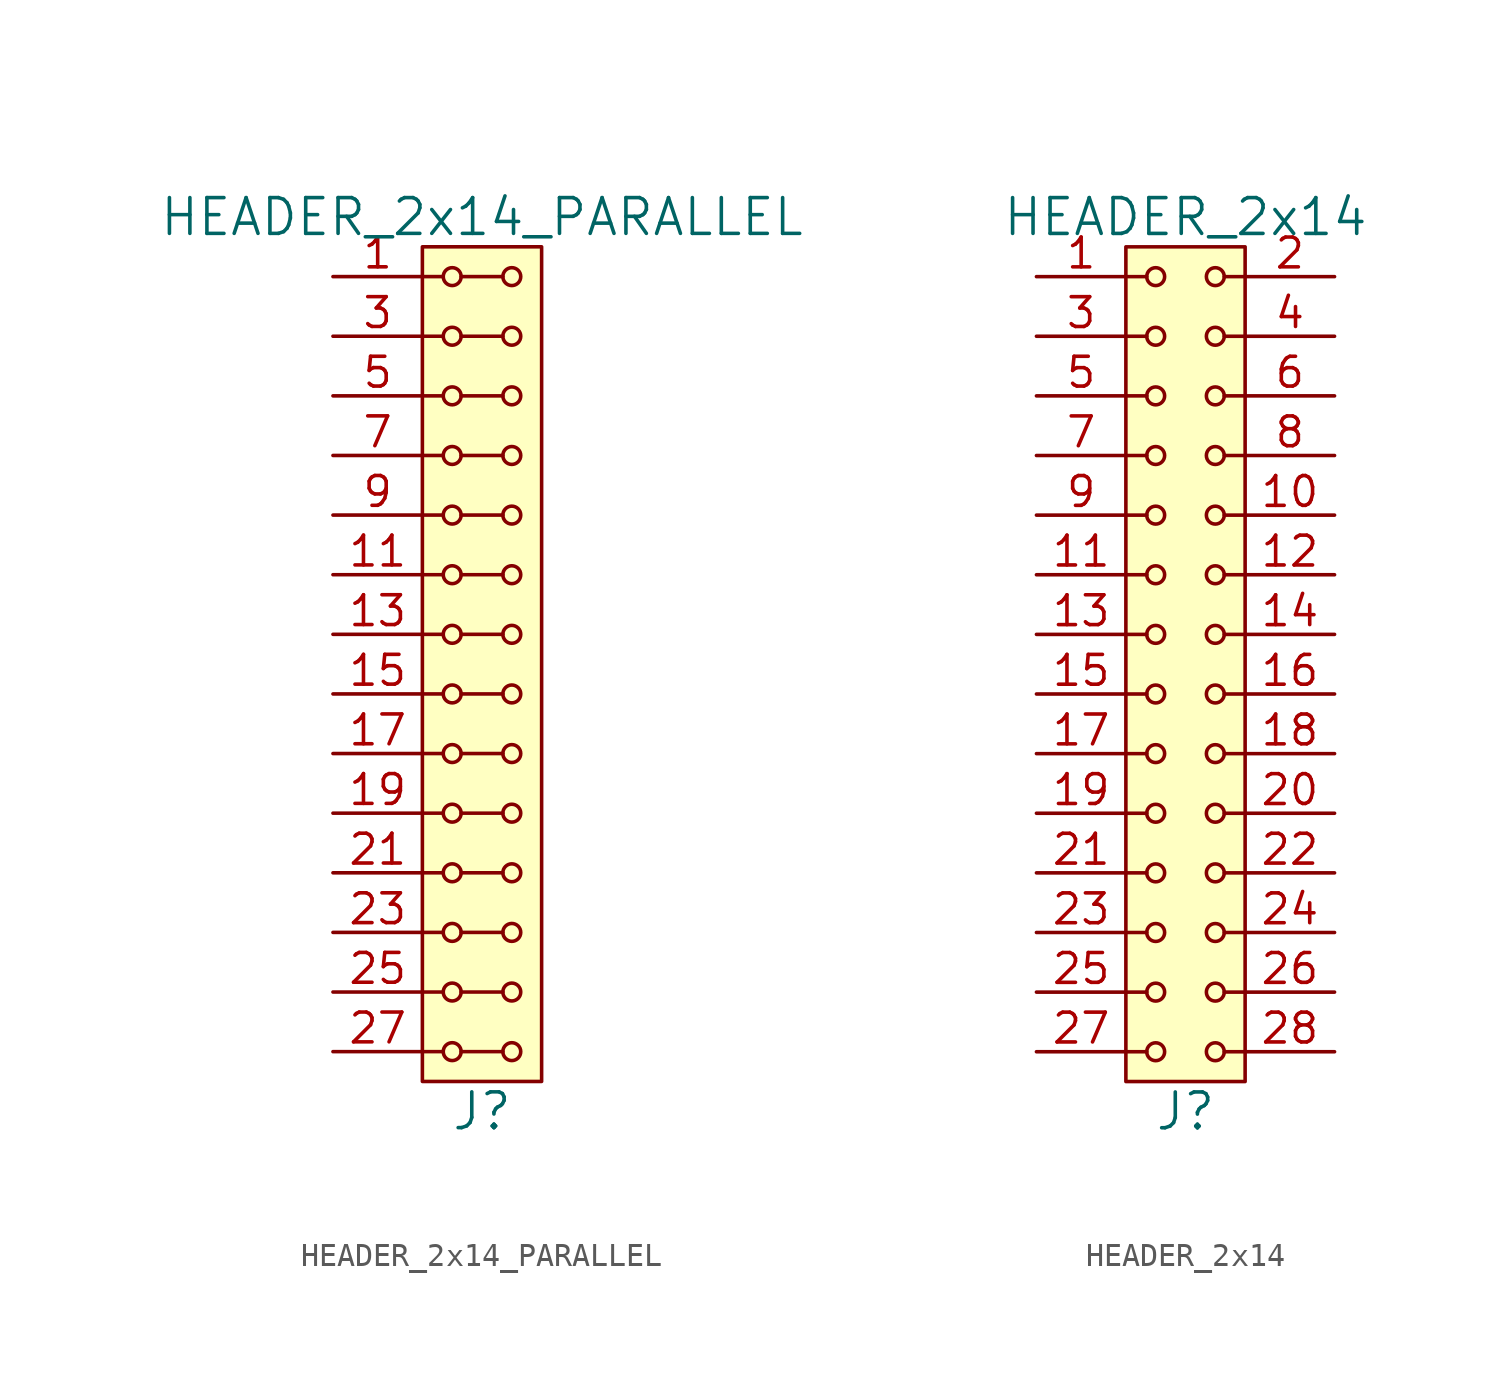
<source format=kicad_sym>
(kicad_symbol_lib
  (version 20211014)
  (generator kicad_symbol_editor)
  (symbol "HEADER_2x14_PARALLEL"
    (pin_names
      (offset 1.016))
    (property "Reference" "J"
      (at 0 -19.05 0)
      (effects (font (size 1.524 1.524))))
    (property "Value" "HEADER_2x14_PARALLEL"
      (at 0 19.05 0)
      (effects (font (size 1.524 1.524))))
    (property "Footprint" ""
      (at 0 16.51 0)
      (effects (font (size 1.524 1.524))))
    (property "Datasheet" ""
      (at 0 16.51 0)
      (effects (font (size 1.524 1.524))))
    (symbol "HEADER_2x14_PARALLEL_0_1"
      (rectangle (start -2.54 17.78) (end 2.54 -17.78) (stroke (width 0) (type default) (color 0 0 0 0)) (fill (type background)))
      (circle (center -1.27 -16.51) (radius 0.381) (stroke (width 0) (type default) (color 0 0 0 0)) (fill (type none)))
      (circle (center -1.27 -13.97) (radius 0.381) (stroke (width 0) (type default) (color 0 0 0 0)) (fill (type none)))
      (circle (center -1.27 -11.43) (radius 0.381) (stroke (width 0) (type default) (color 0 0 0 0)) (fill (type none)))
      (circle (center -1.27 -8.89) (radius 0.381) (stroke (width 0) (type default) (color 0 0 0 0)) (fill (type none)))
      (circle (center -1.27 -6.35) (radius 0.381) (stroke (width 0) (type default) (color 0 0 0 0)) (fill (type none)))
      (circle (center -1.27 -3.81) (radius 0.381) (stroke (width 0) (type default) (color 0 0 0 0)) (fill (type none)))
      (circle (center -1.27 -1.27) (radius 0.381) (stroke (width 0) (type default) (color 0 0 0 0)) (fill (type none)))
      (circle (center -1.27 1.27) (radius 0.381) (stroke (width 0) (type default) (color 0 0 0 0)) (fill (type none)))
      (circle (center -1.27 3.81) (radius 0.381) (stroke (width 0) (type default) (color 0 0 0 0)) (fill (type none)))
      (circle (center -1.27 6.35) (radius 0.381) (stroke (width 0) (type default) (color 0 0 0 0)) (fill (type none)))
      (circle (center -1.27 8.89) (radius 0.381) (stroke (width 0) (type default) (color 0 0 0 0)) (fill (type none)))
      (circle (center -1.27 11.43) (radius 0.381) (stroke (width 0) (type default) (color 0 0 0 0)) (fill (type none)))
      (circle (center -1.27 13.97) (radius 0.381) (stroke (width 0) (type default) (color 0 0 0 0)) (fill (type none)))
      (circle (center -1.27 16.51) (radius 0.381) (stroke (width 0) (type default) (color 0 0 0 0)) (fill (type none)))
      (polyline (pts (xy -1.651 -16.51) (xy -2.54 -16.51)) (stroke (width 0) (type default) (color 0 0 0 0)) (fill (type none)))
      (polyline (pts (xy -1.651 -13.97) (xy -2.54 -13.97)) (stroke (width 0) (type default) (color 0 0 0 0)) (fill (type none)))
      (polyline (pts (xy -1.651 -11.43) (xy -2.54 -11.43)) (stroke (width 0) (type default) (color 0 0 0 0)) (fill (type none)))
      (polyline (pts (xy -1.651 -8.89) (xy -2.54 -8.89)) (stroke (width 0) (type default) (color 0 0 0 0)) (fill (type none)))
      (polyline (pts (xy -1.651 -6.35) (xy -2.54 -6.35)) (stroke (width 0) (type default) (color 0 0 0 0)) (fill (type none)))
      (polyline (pts (xy -1.651 -3.81) (xy -2.54 -3.81)) (stroke (width 0) (type default) (color 0 0 0 0)) (fill (type none)))
      (polyline (pts (xy -1.651 -1.27) (xy -2.54 -1.27)) (stroke (width 0) (type default) (color 0 0 0 0)) (fill (type none)))
      (polyline (pts (xy -1.651 1.27) (xy -2.54 1.27)) (stroke (width 0) (type default) (color 0 0 0 0)) (fill (type none)))
      (polyline (pts (xy -1.651 3.81) (xy -2.54 3.81)) (stroke (width 0) (type default) (color 0 0 0 0)) (fill (type none)))
      (polyline (pts (xy -1.651 6.35) (xy -2.54 6.35)) (stroke (width 0) (type default) (color 0 0 0 0)) (fill (type none)))
      (polyline (pts (xy -1.651 8.89) (xy -2.54 8.89)) (stroke (width 0) (type default) (color 0 0 0 0)) (fill (type none)))
      (polyline (pts (xy -1.651 11.43) (xy -2.54 11.43)) (stroke (width 0) (type default) (color 0 0 0 0)) (fill (type none)))
      (polyline (pts (xy -1.651 13.97) (xy -2.54 13.97)) (stroke (width 0) (type default) (color 0 0 0 0)) (fill (type none)))
      (polyline (pts (xy -1.651 16.51) (xy -2.54 16.51)) (stroke (width 0) (type default) (color 0 0 0 0)) (fill (type none)))
      (polyline (pts (xy -0.889 -16.51) (xy 0.889 -16.51)) (stroke (width 0) (type default) (color 0 0 0 0)) (fill (type none)))
      (polyline (pts (xy -0.889 -13.97) (xy 0.889 -13.97)) (stroke (width 0) (type default) (color 0 0 0 0)) (fill (type none)))
      (polyline (pts (xy -0.889 -11.43) (xy 0.889 -11.43)) (stroke (width 0) (type default) (color 0 0 0 0)) (fill (type none)))
      (polyline (pts (xy -0.889 -8.89) (xy 0.889 -8.89)) (stroke (width 0) (type default) (color 0 0 0 0)) (fill (type none)))
      (polyline (pts (xy -0.889 -6.35) (xy 0.889 -6.35)) (stroke (width 0) (type default) (color 0 0 0 0)) (fill (type none)))
      (polyline (pts (xy -0.889 -3.81) (xy 0.889 -3.81)) (stroke (width 0) (type default) (color 0 0 0 0)) (fill (type none)))
      (polyline (pts (xy -0.889 -1.27) (xy 0.889 -1.27)) (stroke (width 0) (type default) (color 0 0 0 0)) (fill (type none)))
      (polyline (pts (xy -0.889 1.27) (xy 0.889 1.27)) (stroke (width 0) (type default) (color 0 0 0 0)) (fill (type none)))
      (polyline (pts (xy -0.889 3.81) (xy 0.889 3.81)) (stroke (width 0) (type default) (color 0 0 0 0)) (fill (type none)))
      (polyline (pts (xy -0.889 6.35) (xy 0.889 6.35)) (stroke (width 0) (type default) (color 0 0 0 0)) (fill (type none)))
      (polyline (pts (xy -0.889 8.89) (xy 0.889 8.89)) (stroke (width 0) (type default) (color 0 0 0 0)) (fill (type none)))
      (polyline (pts (xy -0.889 11.43) (xy 0.889 11.43)) (stroke (width 0) (type default) (color 0 0 0 0)) (fill (type none)))
      (polyline (pts (xy -0.889 13.97) (xy 0.889 13.97)) (stroke (width 0) (type default) (color 0 0 0 0)) (fill (type none)))
      (polyline (pts (xy -0.889 16.51) (xy 0.889 16.51)) (stroke (width 0) (type default) (color 0 0 0 0)) (fill (type none)))
      (circle (center 1.27 -16.51) (radius 0.381) (stroke (width 0) (type default) (color 0 0 0 0)) (fill (type none)))
      (circle (center 1.27 -13.97) (radius 0.381) (stroke (width 0) (type default) (color 0 0 0 0)) (fill (type none)))
      (circle (center 1.27 -11.43) (radius 0.381) (stroke (width 0) (type default) (color 0 0 0 0)) (fill (type none)))
      (circle (center 1.27 -8.89) (radius 0.381) (stroke (width 0) (type default) (color 0 0 0 0)) (fill (type none)))
      (circle (center 1.27 -6.35) (radius 0.381) (stroke (width 0) (type default) (color 0 0 0 0)) (fill (type none)))
      (circle (center 1.27 -3.81) (radius 0.381) (stroke (width 0) (type default) (color 0 0 0 0)) (fill (type none)))
      (circle (center 1.27 -1.27) (radius 0.381) (stroke (width 0) (type default) (color 0 0 0 0)) (fill (type none)))
      (circle (center 1.27 1.27) (radius 0.381) (stroke (width 0) (type default) (color 0 0 0 0)) (fill (type none)))
      (circle (center 1.27 3.81) (radius 0.381) (stroke (width 0) (type default) (color 0 0 0 0)) (fill (type none)))
      (circle (center 1.27 6.35) (radius 0.381) (stroke (width 0) (type default) (color 0 0 0 0)) (fill (type none)))
      (circle (center 1.27 8.89) (radius 0.381) (stroke (width 0) (type default) (color 0 0 0 0)) (fill (type none)))
      (circle (center 1.27 11.43) (radius 0.381) (stroke (width 0) (type default) (color 0 0 0 0)) (fill (type none)))
      (circle (center 1.27 13.97) (radius 0.381) (stroke (width 0) (type default) (color 0 0 0 0)) (fill (type none)))
      (circle (center 1.27 16.51) (radius 0.381) (stroke (width 0) (type default) (color 0 0 0 0)) (fill (type none))))
    (symbol "HEADER_2x14_PARALLEL_1_1"
      (pin input line (at -6.35 16.51 0) (length 3.81) (name "~" (effects (font (size 1.27 1.27)))) (number "1" (effects (font (size 1.27 1.27)))))
      (pin input line (at -6.35 6.35 0) (length 3.81) hide (name "~" (effects (font (size 1.27 1.27)))) (number "10" (effects (font (size 1.27 1.27)))))
      (pin input line (at -6.35 3.81 0) (length 3.81) (name "~" (effects (font (size 1.27 1.27)))) (number "11" (effects (font (size 1.27 1.27)))))
      (pin input line (at -6.35 3.81 0) (length 3.81) hide (name "~" (effects (font (size 1.27 1.27)))) (number "12" (effects (font (size 1.27 1.27)))))
      (pin input line (at -6.35 1.27 0) (length 3.81) (name "~" (effects (font (size 1.27 1.27)))) (number "13" (effects (font (size 1.27 1.27)))))
      (pin input line (at -6.35 1.27 0) (length 3.81) hide (name "~" (effects (font (size 1.27 1.27)))) (number "14" (effects (font (size 1.27 1.27)))))
      (pin input line (at -6.35 -1.27 0) (length 3.81) (name "~" (effects (font (size 1.27 1.27)))) (number "15" (effects (font (size 1.27 1.27)))))
      (pin input line (at -6.35 -1.27 0) (length 3.81) hide (name "~" (effects (font (size 1.27 1.27)))) (number "16" (effects (font (size 1.27 1.27)))))
      (pin input line (at -6.35 -3.81 0) (length 3.81) (name "~" (effects (font (size 1.27 1.27)))) (number "17" (effects (font (size 1.27 1.27)))))
      (pin input line (at -6.35 -3.81 0) (length 3.81) hide (name "~" (effects (font (size 1.27 1.27)))) (number "18" (effects (font (size 1.27 1.27)))))
      (pin input line (at -6.35 -6.35 0) (length 3.81) (name "~" (effects (font (size 1.27 1.27)))) (number "19" (effects (font (size 1.27 1.27)))))
      (pin input line (at -6.35 16.51 0) (length 3.81) hide (name "~" (effects (font (size 1.27 1.27)))) (number "2" (effects (font (size 1.27 1.27)))))
      (pin input line (at -6.35 -6.35 0) (length 3.81) hide (name "~" (effects (font (size 1.27 1.27)))) (number "20" (effects (font (size 1.27 1.27)))))
      (pin input line (at -6.35 -8.89 0) (length 3.81) (name "~" (effects (font (size 1.27 1.27)))) (number "21" (effects (font (size 1.27 1.27)))))
      (pin input line (at -6.35 -8.89 0) (length 3.81) hide (name "~" (effects (font (size 1.27 1.27)))) (number "22" (effects (font (size 1.27 1.27)))))
      (pin input line (at -6.35 -11.43 0) (length 3.81) (name "~" (effects (font (size 1.27 1.27)))) (number "23" (effects (font (size 1.27 1.27)))))
      (pin input line (at -6.35 -11.43 0) (length 3.81) hide (name "~" (effects (font (size 1.27 1.27)))) (number "24" (effects (font (size 1.27 1.27)))))
      (pin input line (at -6.35 -13.97 0) (length 3.81) (name "~" (effects (font (size 1.27 1.27)))) (number "25" (effects (font (size 1.27 1.27)))))
      (pin input line (at -6.35 -13.97 0) (length 3.81) hide (name "~" (effects (font (size 1.27 1.27)))) (number "26" (effects (font (size 1.27 1.27)))))
      (pin input line (at -6.35 -16.51 0) (length 3.81) (name "~" (effects (font (size 1.27 1.27)))) (number "27" (effects (font (size 1.27 1.27)))))
      (pin input line (at -6.35 -16.51 0) (length 3.81) hide (name "~" (effects (font (size 1.27 1.27)))) (number "28" (effects (font (size 1.27 1.27)))))
      (pin input line (at -6.35 13.97 0) (length 3.81) (name "~" (effects (font (size 1.27 1.27)))) (number "3" (effects (font (size 1.27 1.27)))))
      (pin input line (at -6.35 13.97 0) (length 3.81) hide (name "~" (effects (font (size 1.27 1.27)))) (number "4" (effects (font (size 1.27 1.27)))))
      (pin input line (at -6.35 11.43 0) (length 3.81) (name "~" (effects (font (size 1.27 1.27)))) (number "5" (effects (font (size 1.27 1.27)))))
      (pin input line (at -6.35 11.43 0) (length 3.81) hide (name "~" (effects (font (size 1.27 1.27)))) (number "6" (effects (font (size 1.27 1.27)))))
      (pin input line (at -6.35 8.89 0) (length 3.81) (name "~" (effects (font (size 1.27 1.27)))) (number "7" (effects (font (size 1.27 1.27)))))
      (pin input line (at -6.35 8.89 0) (length 3.81) hide (name "~" (effects (font (size 1.27 1.27)))) (number "8" (effects (font (size 1.27 1.27)))))
      (pin input line (at -6.35 6.35 0) (length 3.81) (name "~" (effects (font (size 1.27 1.27)))) (number "9" (effects (font (size 1.27 1.27)))))))
  (symbol "HEADER_2x14"
    (pin_names
      (offset 1.016))
    (property "Reference" "J"
      (at 0 -19.05 0)
      (effects (font (size 1.524 1.524))))
    (property "Value" "HEADER_2x14"
      (at 0 19.05 0)
      (effects (font (size 1.524 1.524))))
    (property "Footprint" ""
      (at 0 16.51 0)
      (effects (font (size 1.524 1.524))))
    (property "Datasheet" ""
      (at 0 16.51 0)
      (effects (font (size 1.524 1.524))))
    (symbol "HEADER_2x14_0_1"
      (rectangle (start -2.54 17.78) (end 2.54 -17.78) (stroke (width 0) (type default) (color 0 0 0 0)) (fill (type background)))
      (circle (center -1.27 -16.51) (radius 0.381) (stroke (width 0) (type default) (color 0 0 0 0)) (fill (type none)))
      (circle (center -1.27 -13.97) (radius 0.381) (stroke (width 0) (type default) (color 0 0 0 0)) (fill (type none)))
      (circle (center -1.27 -11.43) (radius 0.381) (stroke (width 0) (type default) (color 0 0 0 0)) (fill (type none)))
      (circle (center -1.27 -8.89) (radius 0.381) (stroke (width 0) (type default) (color 0 0 0 0)) (fill (type none)))
      (circle (center -1.27 -6.35) (radius 0.381) (stroke (width 0) (type default) (color 0 0 0 0)) (fill (type none)))
      (circle (center -1.27 -3.81) (radius 0.381) (stroke (width 0) (type default) (color 0 0 0 0)) (fill (type none)))
      (circle (center -1.27 -1.27) (radius 0.381) (stroke (width 0) (type default) (color 0 0 0 0)) (fill (type none)))
      (circle (center -1.27 1.27) (radius 0.381) (stroke (width 0) (type default) (color 0 0 0 0)) (fill (type none)))
      (circle (center -1.27 3.81) (radius 0.381) (stroke (width 0) (type default) (color 0 0 0 0)) (fill (type none)))
      (circle (center -1.27 6.35) (radius 0.381) (stroke (width 0) (type default) (color 0 0 0 0)) (fill (type none)))
      (circle (center -1.27 8.89) (radius 0.381) (stroke (width 0) (type default) (color 0 0 0 0)) (fill (type none)))
      (circle (center -1.27 11.43) (radius 0.381) (stroke (width 0) (type default) (color 0 0 0 0)) (fill (type none)))
      (circle (center -1.27 13.97) (radius 0.381) (stroke (width 0) (type default) (color 0 0 0 0)) (fill (type none)))
      (circle (center -1.27 16.51) (radius 0.381) (stroke (width 0) (type default) (color 0 0 0 0)) (fill (type none)))
      (polyline (pts (xy -1.651 -16.51) (xy -2.54 -16.51)) (stroke (width 0) (type default) (color 0 0 0 0)) (fill (type none)))
      (polyline (pts (xy -1.651 -13.97) (xy -2.54 -13.97)) (stroke (width 0) (type default) (color 0 0 0 0)) (fill (type none)))
      (polyline (pts (xy -1.651 -11.43) (xy -2.54 -11.43)) (stroke (width 0) (type default) (color 0 0 0 0)) (fill (type none)))
      (polyline (pts (xy -1.651 -8.89) (xy -2.54 -8.89)) (stroke (width 0) (type default) (color 0 0 0 0)) (fill (type none)))
      (polyline (pts (xy -1.651 -6.35) (xy -2.54 -6.35)) (stroke (width 0) (type default) (color 0 0 0 0)) (fill (type none)))
      (polyline (pts (xy -1.651 -3.81) (xy -2.54 -3.81)) (stroke (width 0) (type default) (color 0 0 0 0)) (fill (type none)))
      (polyline (pts (xy -1.651 -1.27) (xy -2.54 -1.27)) (stroke (width 0) (type default) (color 0 0 0 0)) (fill (type none)))
      (polyline (pts (xy -1.651 1.27) (xy -2.54 1.27)) (stroke (width 0) (type default) (color 0 0 0 0)) (fill (type none)))
      (polyline (pts (xy -1.651 3.81) (xy -2.54 3.81)) (stroke (width 0) (type default) (color 0 0 0 0)) (fill (type none)))
      (polyline (pts (xy -1.651 6.35) (xy -2.54 6.35)) (stroke (width 0) (type default) (color 0 0 0 0)) (fill (type none)))
      (polyline (pts (xy -1.651 8.89) (xy -2.54 8.89)) (stroke (width 0) (type default) (color 0 0 0 0)) (fill (type none)))
      (polyline (pts (xy -1.651 11.43) (xy -2.54 11.43)) (stroke (width 0) (type default) (color 0 0 0 0)) (fill (type none)))
      (polyline (pts (xy -1.651 13.97) (xy -2.54 13.97)) (stroke (width 0) (type default) (color 0 0 0 0)) (fill (type none)))
      (polyline (pts (xy -1.651 16.51) (xy -2.54 16.51)) (stroke (width 0) (type default) (color 0 0 0 0)) (fill (type none)))
      (polyline (pts (xy 1.651 -16.51) (xy 2.54 -16.51)) (stroke (width 0) (type default) (color 0 0 0 0)) (fill (type none)))
      (polyline (pts (xy 1.651 -13.97) (xy 2.54 -13.97)) (stroke (width 0) (type default) (color 0 0 0 0)) (fill (type none)))
      (polyline (pts (xy 1.651 -11.43) (xy 2.54 -11.43)) (stroke (width 0) (type default) (color 0 0 0 0)) (fill (type none)))
      (polyline (pts (xy 1.651 -8.89) (xy 2.54 -8.89)) (stroke (width 0) (type default) (color 0 0 0 0)) (fill (type none)))
      (polyline (pts (xy 1.651 -6.35) (xy 2.54 -6.35)) (stroke (width 0) (type default) (color 0 0 0 0)) (fill (type none)))
      (polyline (pts (xy 1.651 -3.81) (xy 2.54 -3.81)) (stroke (width 0) (type default) (color 0 0 0 0)) (fill (type none)))
      (polyline (pts (xy 1.651 -1.27) (xy 2.54 -1.27)) (stroke (width 0) (type default) (color 0 0 0 0)) (fill (type none)))
      (polyline (pts (xy 1.651 1.27) (xy 2.54 1.27)) (stroke (width 0) (type default) (color 0 0 0 0)) (fill (type none)))
      (polyline (pts (xy 1.651 3.81) (xy 2.54 3.81)) (stroke (width 0) (type default) (color 0 0 0 0)) (fill (type none)))
      (polyline (pts (xy 1.651 6.35) (xy 2.54 6.35)) (stroke (width 0) (type default) (color 0 0 0 0)) (fill (type none)))
      (polyline (pts (xy 1.651 8.89) (xy 2.54 8.89)) (stroke (width 0) (type default) (color 0 0 0 0)) (fill (type none)))
      (polyline (pts (xy 1.651 11.43) (xy 2.54 11.43)) (stroke (width 0) (type default) (color 0 0 0 0)) (fill (type none)))
      (polyline (pts (xy 1.651 13.97) (xy 2.54 13.97)) (stroke (width 0) (type default) (color 0 0 0 0)) (fill (type none)))
      (polyline (pts (xy 1.651 16.51) (xy 2.54 16.51)) (stroke (width 0) (type default) (color 0 0 0 0)) (fill (type none)))
      (circle (center 1.27 -16.51) (radius 0.381) (stroke (width 0) (type default) (color 0 0 0 0)) (fill (type none)))
      (circle (center 1.27 -13.97) (radius 0.381) (stroke (width 0) (type default) (color 0 0 0 0)) (fill (type none)))
      (circle (center 1.27 -11.43) (radius 0.381) (stroke (width 0) (type default) (color 0 0 0 0)) (fill (type none)))
      (circle (center 1.27 -8.89) (radius 0.381) (stroke (width 0) (type default) (color 0 0 0 0)) (fill (type none)))
      (circle (center 1.27 -6.35) (radius 0.381) (stroke (width 0) (type default) (color 0 0 0 0)) (fill (type none)))
      (circle (center 1.27 -3.81) (radius 0.381) (stroke (width 0) (type default) (color 0 0 0 0)) (fill (type none)))
      (circle (center 1.27 -1.27) (radius 0.381) (stroke (width 0) (type default) (color 0 0 0 0)) (fill (type none)))
      (circle (center 1.27 1.27) (radius 0.381) (stroke (width 0) (type default) (color 0 0 0 0)) (fill (type none)))
      (circle (center 1.27 3.81) (radius 0.381) (stroke (width 0) (type default) (color 0 0 0 0)) (fill (type none)))
      (circle (center 1.27 6.35) (radius 0.381) (stroke (width 0) (type default) (color 0 0 0 0)) (fill (type none)))
      (circle (center 1.27 8.89) (radius 0.381) (stroke (width 0) (type default) (color 0 0 0 0)) (fill (type none)))
      (circle (center 1.27 11.43) (radius 0.381) (stroke (width 0) (type default) (color 0 0 0 0)) (fill (type none)))
      (circle (center 1.27 13.97) (radius 0.381) (stroke (width 0) (type default) (color 0 0 0 0)) (fill (type none)))
      (circle (center 1.27 16.51) (radius 0.381) (stroke (width 0) (type default) (color 0 0 0 0)) (fill (type none))))
    (symbol "HEADER_2x14_1_1"
      (pin input line (at -6.35 16.51 0) (length 3.81) (name "~" (effects (font (size 1.27 1.27)))) (number "1" (effects (font (size 1.27 1.27)))))
      (pin input line (at 6.35 6.35 180) (length 3.81) (name "~" (effects (font (size 1.27 1.27)))) (number "10" (effects (font (size 1.27 1.27)))))
      (pin input line (at -6.35 3.81 0) (length 3.81) (name "~" (effects (font (size 1.27 1.27)))) (number "11" (effects (font (size 1.27 1.27)))))
      (pin input line (at 6.35 3.81 180) (length 3.81) (name "~" (effects (font (size 1.27 1.27)))) (number "12" (effects (font (size 1.27 1.27)))))
      (pin input line (at -6.35 1.27 0) (length 3.81) (name "~" (effects (font (size 1.27 1.27)))) (number "13" (effects (font (size 1.27 1.27)))))
      (pin input line (at 6.35 1.27 180) (length 3.81) (name "~" (effects (font (size 1.27 1.27)))) (number "14" (effects (font (size 1.27 1.27)))))
      (pin input line (at -6.35 -1.27 0) (length 3.81) (name "~" (effects (font (size 1.27 1.27)))) (number "15" (effects (font (size 1.27 1.27)))))
      (pin input line (at 6.35 -1.27 180) (length 3.81) (name "~" (effects (font (size 1.27 1.27)))) (number "16" (effects (font (size 1.27 1.27)))))
      (pin input line (at -6.35 -3.81 0) (length 3.81) (name "~" (effects (font (size 1.27 1.27)))) (number "17" (effects (font (size 1.27 1.27)))))
      (pin input line (at 6.35 -3.81 180) (length 3.81) (name "~" (effects (font (size 1.27 1.27)))) (number "18" (effects (font (size 1.27 1.27)))))
      (pin input line (at -6.35 -6.35 0) (length 3.81) (name "~" (effects (font (size 1.27 1.27)))) (number "19" (effects (font (size 1.27 1.27)))))
      (pin input line (at 6.35 16.51 180) (length 3.81) (name "~" (effects (font (size 1.27 1.27)))) (number "2" (effects (font (size 1.27 1.27)))))
      (pin input line (at 6.35 -6.35 180) (length 3.81) (name "~" (effects (font (size 1.27 1.27)))) (number "20" (effects (font (size 1.27 1.27)))))
      (pin input line (at -6.35 -8.89 0) (length 3.81) (name "~" (effects (font (size 1.27 1.27)))) (number "21" (effects (font (size 1.27 1.27)))))
      (pin input line (at 6.35 -8.89 180) (length 3.81) (name "~" (effects (font (size 1.27 1.27)))) (number "22" (effects (font (size 1.27 1.27)))))
      (pin input line (at -6.35 -11.43 0) (length 3.81) (name "~" (effects (font (size 1.27 1.27)))) (number "23" (effects (font (size 1.27 1.27)))))
      (pin input line (at 6.35 -11.43 180) (length 3.81) (name "~" (effects (font (size 1.27 1.27)))) (number "24" (effects (font (size 1.27 1.27)))))
      (pin input line (at -6.35 -13.97 0) (length 3.81) (name "~" (effects (font (size 1.27 1.27)))) (number "25" (effects (font (size 1.27 1.27)))))
      (pin input line (at 6.35 -13.97 180) (length 3.81) (name "~" (effects (font (size 1.27 1.27)))) (number "26" (effects (font (size 1.27 1.27)))))
      (pin input line (at -6.35 -16.51 0) (length 3.81) (name "~" (effects (font (size 1.27 1.27)))) (number "27" (effects (font (size 1.27 1.27)))))
      (pin input line (at 6.35 -16.51 180) (length 3.81) (name "~" (effects (font (size 1.27 1.27)))) (number "28" (effects (font (size 1.27 1.27)))))
      (pin input line (at -6.35 13.97 0) (length 3.81) (name "~" (effects (font (size 1.27 1.27)))) (number "3" (effects (font (size 1.27 1.27)))))
      (pin input line (at 6.35 13.97 180) (length 3.81) (name "~" (effects (font (size 1.27 1.27)))) (number "4" (effects (font (size 1.27 1.27)))))
      (pin input line (at -6.35 11.43 0) (length 3.81) (name "~" (effects (font (size 1.27 1.27)))) (number "5" (effects (font (size 1.27 1.27)))))
      (pin input line (at 6.35 11.43 180) (length 3.81) (name "~" (effects (font (size 1.27 1.27)))) (number "6" (effects (font (size 1.27 1.27)))))
      (pin input line (at -6.35 8.89 0) (length 3.81) (name "~" (effects (font (size 1.27 1.27)))) (number "7" (effects (font (size 1.27 1.27)))))
      (pin input line (at 6.35 8.89 180) (length 3.81) (name "~" (effects (font (size 1.27 1.27)))) (number "8" (effects (font (size 1.27 1.27)))))
      (pin input line (at -6.35 6.35 0) (length 3.81) (name "~" (effects (font (size 1.27 1.27)))) (number "9" (effects (font (size 1.27 1.27))))))))
</source>
